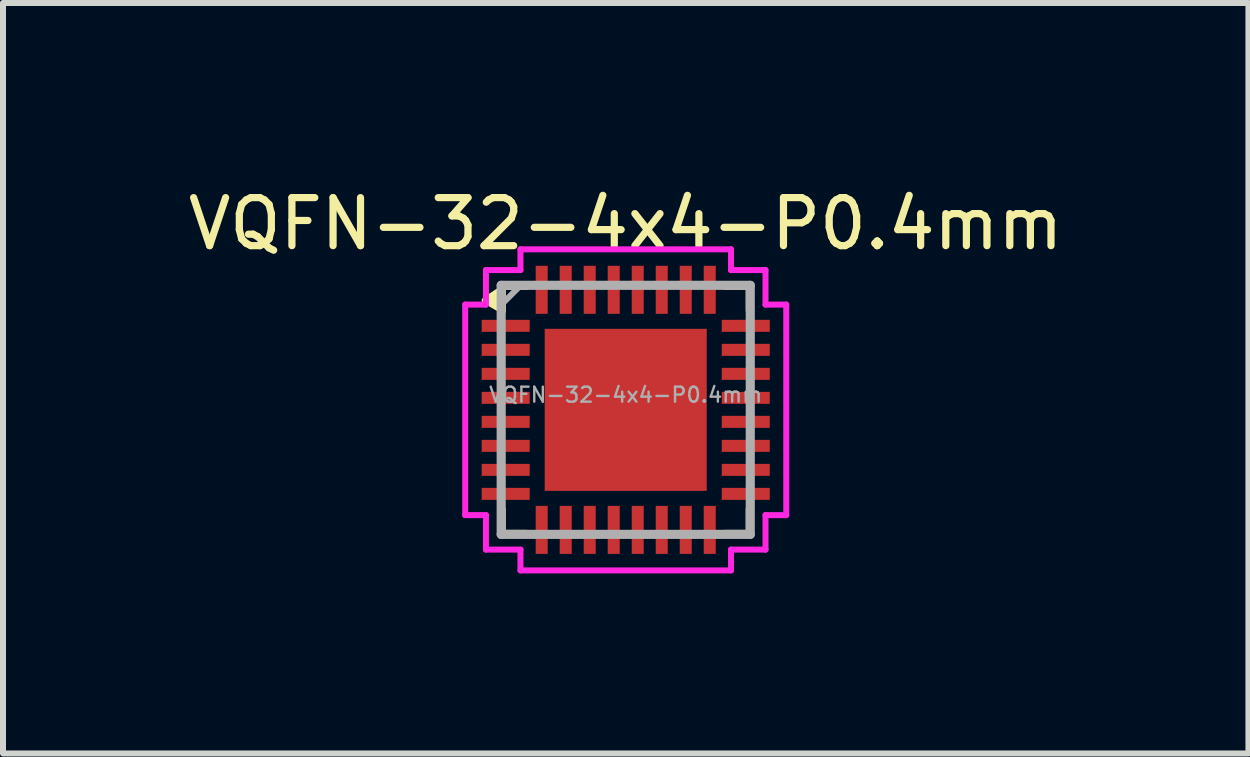
<source format=kicad_pcb>
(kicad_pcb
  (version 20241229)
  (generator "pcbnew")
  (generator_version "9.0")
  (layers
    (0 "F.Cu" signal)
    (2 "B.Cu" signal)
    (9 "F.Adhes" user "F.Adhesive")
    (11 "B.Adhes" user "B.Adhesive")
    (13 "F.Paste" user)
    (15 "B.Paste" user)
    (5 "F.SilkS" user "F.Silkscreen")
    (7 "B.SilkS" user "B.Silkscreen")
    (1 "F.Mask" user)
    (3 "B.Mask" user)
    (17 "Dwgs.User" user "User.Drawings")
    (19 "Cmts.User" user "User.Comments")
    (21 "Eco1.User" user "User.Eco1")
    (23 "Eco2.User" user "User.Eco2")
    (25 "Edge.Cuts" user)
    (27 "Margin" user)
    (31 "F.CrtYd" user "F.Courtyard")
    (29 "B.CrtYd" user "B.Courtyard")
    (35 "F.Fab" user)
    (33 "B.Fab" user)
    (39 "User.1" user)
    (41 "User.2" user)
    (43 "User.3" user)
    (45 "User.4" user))
  (footprint "VQFN-32-4x4-P0.4mm"
    (layer "F.Cu")
    (at 7.376 3.779)
    (property "Reference" "VQFN-32-4x4-P0.4mm" (at 0 -3.1 0) (layer "F.SilkS") (effects (font (size 0.8 0.8) (thickness 0.12))))
    (attr through_hole)
    (fp_line (start -2.05 -2.05) (end -2.05 -1.65) (stroke (width 0.1) (type solid)) (layer "F.SilkS"))
    (fp_line (start -2.05 1.65) (end -2.05 2.05) (stroke (width 0.1) (type solid)) (layer "F.SilkS"))
    (fp_line (start -2.05 2.05) (end -1.65 2.05) (stroke (width 0.1) (type solid)) (layer "F.SilkS"))
    (fp_line (start -1.65 -2.05) (end -2.05 -2.05) (stroke (width 0.1) (type solid)) (layer "F.SilkS"))
    (fp_line (start 1.65 2.05) (end 2.05 2.05) (stroke (width 0.1) (type solid)) (layer "F.SilkS"))
    (fp_line (start 2.05 -2.05) (end 1.65 -2.05) (stroke (width 0.1) (type solid)) (layer "F.SilkS"))
    (fp_line (start 2.05 -1.65) (end 2.05 -2.05) (stroke (width 0.1) (type solid)) (layer "F.SilkS"))
    (fp_line (start 2.05 2.05) (end 2.05 1.65) (stroke (width 0.1) (type solid)) (layer "F.SilkS"))
    (fp_poly (pts (xy -2.05 -1.65) (xy -2.35 -1.825) (xy -2.05 -2.025)) (stroke (width 0.1) (type solid)) (fill yes) (layer "F.SilkS"))
    (fp_rect (start -1.025 -1.025) (end -0.275 -0.275) (stroke (width 0.12) (type solid)) (fill yes) (layer "F.Paste"))
    (fp_rect (start -1.025 1.025) (end -0.275 0.275) (stroke (width 0.12) (type solid)) (fill yes) (layer "F.Paste"))
    (fp_rect (start 1.025 -1.025) (end 0.275 -0.275) (stroke (width 0.12) (type solid)) (fill yes) (layer "F.Paste"))
    (fp_rect (start 1.025 1.025) (end 0.275 0.275) (stroke (width 0.12) (type solid)) (fill yes) (layer "F.Paste"))
    (fp_line (start -2.675 -1.754) (end -2.329 -1.754) (stroke (width 0.1) (type solid)) (layer "F.CrtYd"))
    (fp_line (start -2.675 1.754) (end -2.675 -1.754) (stroke (width 0.1) (type solid)) (layer "F.CrtYd"))
    (fp_line (start -2.329 -2.329) (end -1.754 -2.329) (stroke (width 0.1) (type solid)) (layer "F.CrtYd"))
    (fp_line (start -2.329 -1.754) (end -2.329 -2.329) (stroke (width 0.1) (type solid)) (layer "F.CrtYd"))
    (fp_line (start -2.329 1.754) (end -2.675 1.754) (stroke (width 0.1) (type solid)) (layer "F.CrtYd"))
    (fp_line (start -2.329 2.329) (end -2.329 1.754) (stroke (width 0.1) (type solid)) (layer "F.CrtYd"))
    (fp_line (start -1.754 -2.675) (end 1.754 -2.675) (stroke (width 0.1) (type solid)) (layer "F.CrtYd"))
    (fp_line (start -1.754 -2.329) (end -1.754 -2.675) (stroke (width 0.1) (type solid)) (layer "F.CrtYd"))
    (fp_line (start -1.754 2.329) (end -2.329 2.329) (stroke (width 0.1) (type solid)) (layer "F.CrtYd"))
    (fp_line (start -1.754 2.675) (end -1.754 2.329) (stroke (width 0.1) (type solid)) (layer "F.CrtYd"))
    (fp_line (start 1.754 -2.675) (end 1.754 -2.329) (stroke (width 0.1) (type solid)) (layer "F.CrtYd"))
    (fp_line (start 1.754 -2.329) (end 2.329 -2.329) (stroke (width 0.1) (type solid)) (layer "F.CrtYd"))
    (fp_line (start 1.754 2.329) (end 1.754 2.675) (stroke (width 0.1) (type solid)) (layer "F.CrtYd"))
    (fp_line (start 1.754 2.675) (end -1.754 2.675) (stroke (width 0.1) (type solid)) (layer "F.CrtYd"))
    (fp_line (start 2.329 -2.329) (end 2.329 -1.754) (stroke (width 0.1) (type solid)) (layer "F.CrtYd"))
    (fp_line (start 2.329 -1.754) (end 2.675 -1.754) (stroke (width 0.1) (type solid)) (layer "F.CrtYd"))
    (fp_line (start 2.329 1.754) (end 2.329 2.329) (stroke (width 0.1) (type solid)) (layer "F.CrtYd"))
    (fp_line (start 2.329 2.329) (end 1.754 2.329) (stroke (width 0.1) (type solid)) (layer "F.CrtYd"))
    (fp_line (start 2.675 -1.754) (end 2.675 1.754) (stroke (width 0.1) (type solid)) (layer "F.CrtYd"))
    (fp_line (start 2.675 1.754) (end 2.329 1.754) (stroke (width 0.1) (type solid)) (layer "F.CrtYd"))
    (fp_line (start -2.075 -2.075) (end -2.075 2.075) (stroke (width 0.152) (type solid)) (layer "F.Fab"))
    (fp_line (start -2.075 -1.75) (end -1.75 -2.075) (stroke (width 0.1) (type default)) (layer "F.Fab"))
    (fp_line (start -2.075 2.075) (end 2.075 2.075) (stroke (width 0.152) (type solid)) (layer "F.Fab"))
    (fp_line (start 2.075 -2.075) (end -2.075 -2.075) (stroke (width 0.152) (type solid)) (layer "F.Fab"))
    (fp_line (start 2.075 2.075) (end 2.075 -2.075) (stroke (width 0.152) (type solid)) (layer "F.Fab"))
    (fp_text user "${REFERENCE}" (at 0 -0.25 0) (layer "F.Fab") (effects (font (size 0.25 0.25) (thickness 0.04))))
    (pad "1" smd rect (at -2 -1.4 90) (size 0.2 0.8) (layers "F.Cu" "F.Mask" "F.Paste"))
    (pad "2" smd rect (at -2 -1 90) (size 0.2 0.8) (layers "F.Cu" "F.Mask" "F.Paste"))
    (pad "3" smd rect (at -2 -0.6 90) (size 0.2 0.8) (layers "F.Cu" "F.Mask" "F.Paste"))
    (pad "4" smd rect (at -2 -0.2 90) (size 0.2 0.8) (layers "F.Cu" "F.Mask" "F.Paste"))
    (pad "5" smd rect (at -2 0.2 90) (size 0.2 0.8) (layers "F.Cu" "F.Mask" "F.Paste"))
    (pad "6" smd rect (at -2 0.6 90) (size 0.2 0.8) (layers "F.Cu" "F.Mask" "F.Paste"))
    (pad "7" smd rect (at -2 1 90) (size 0.2 0.8) (layers "F.Cu" "F.Mask" "F.Paste"))
    (pad "8" smd rect (at -2 1.4 90) (size 0.2 0.8) (layers "F.Cu" "F.Mask" "F.Paste"))
    (pad "9" smd rect (at -1.4 2) (size 0.2 0.8) (layers "F.Cu" "F.Mask" "F.Paste"))
    (pad "10" smd rect (at -1 2) (size 0.2 0.8) (layers "F.Cu" "F.Mask" "F.Paste"))
    (pad "11" smd rect (at -0.6 2) (size 0.2 0.8) (layers "F.Cu" "F.Mask" "F.Paste"))
    (pad "12" smd rect (at -0.2 2) (size 0.2 0.8) (layers "F.Cu" "F.Mask" "F.Paste"))
    (pad "13" smd rect (at 0.2 2) (size 0.2 0.8) (layers "F.Cu" "F.Mask" "F.Paste"))
    (pad "14" smd rect (at 0.6 2) (size 0.2 0.8) (layers "F.Cu" "F.Mask" "F.Paste"))
    (pad "15" smd rect (at 1 2) (size 0.2 0.8) (layers "F.Cu" "F.Mask" "F.Paste"))
    (pad "16" smd rect (at 1.4 2) (size 0.2 0.8) (layers "F.Cu" "F.Mask" "F.Paste"))
    (pad "17" smd rect (at 2 1.4 90) (size 0.2 0.8) (layers "F.Cu" "F.Mask" "F.Paste"))
    (pad "18" smd rect (at 2 1 90) (size 0.2 0.8) (layers "F.Cu" "F.Mask" "F.Paste"))
    (pad "19" smd rect (at 2 0.6 90) (size 0.2 0.8) (layers "F.Cu" "F.Mask" "F.Paste"))
    (pad "20" smd rect (at 2 0.2 90) (size 0.2 0.8) (layers "F.Cu" "F.Mask" "F.Paste"))
    (pad "21" smd rect (at 2 -0.2 90) (size 0.2 0.8) (layers "F.Cu" "F.Mask" "F.Paste"))
    (pad "22" smd rect (at 2 -0.6 90) (size 0.2 0.8) (layers "F.Cu" "F.Mask" "F.Paste"))
    (pad "23" smd rect (at 2 -1 90) (size 0.2 0.8) (layers "F.Cu" "F.Mask" "F.Paste"))
    (pad "24" smd rect (at 2 -1.4 90) (size 0.2 0.8) (layers "F.Cu" "F.Mask" "F.Paste"))
    (pad "25" smd rect (at 1.4 -2) (size 0.2 0.8) (layers "F.Cu" "F.Mask" "F.Paste"))
    (pad "26" smd rect (at 1 -2) (size 0.2 0.8) (layers "F.Cu" "F.Mask" "F.Paste"))
    (pad "27" smd rect (at 0.6 -2) (size 0.2 0.8) (layers "F.Cu" "F.Mask" "F.Paste"))
    (pad "28" smd rect (at 0.2 -2) (size 0.2 0.8) (layers "F.Cu" "F.Mask" "F.Paste"))
    (pad "29" smd rect (at -0.2 -2) (size 0.2 0.8) (layers "F.Cu" "F.Mask" "F.Paste"))
    (pad "30" smd rect (at -0.6 -2) (size 0.2 0.8) (layers "F.Cu" "F.Mask" "F.Paste"))
    (pad "31" smd rect (at -1 -2) (size 0.2 0.8) (layers "F.Cu" "F.Mask" "F.Paste"))
    (pad "32" smd rect (at -1.4 -2) (size 0.2 0.8) (layers "F.Cu" "F.Mask" "F.Paste"))
    (pad "33" smd rect (at 0 0) (size 2.7 2.7) (layers "F.Cu" "F.Mask")))
  (gr_rect
    (start -3 -3)
    (end 17.752 9.504)
    (stroke (width 0.1) (type default))
    (fill no)
    (layer "Edge.Cuts")))
</source>
